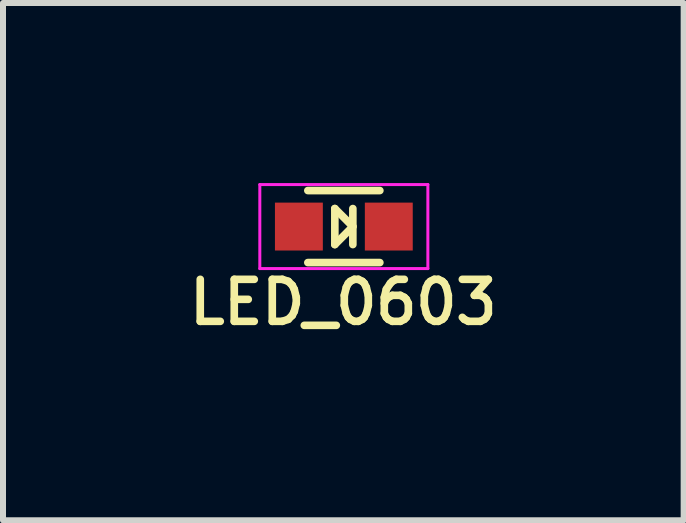
<source format=kicad_pcb>
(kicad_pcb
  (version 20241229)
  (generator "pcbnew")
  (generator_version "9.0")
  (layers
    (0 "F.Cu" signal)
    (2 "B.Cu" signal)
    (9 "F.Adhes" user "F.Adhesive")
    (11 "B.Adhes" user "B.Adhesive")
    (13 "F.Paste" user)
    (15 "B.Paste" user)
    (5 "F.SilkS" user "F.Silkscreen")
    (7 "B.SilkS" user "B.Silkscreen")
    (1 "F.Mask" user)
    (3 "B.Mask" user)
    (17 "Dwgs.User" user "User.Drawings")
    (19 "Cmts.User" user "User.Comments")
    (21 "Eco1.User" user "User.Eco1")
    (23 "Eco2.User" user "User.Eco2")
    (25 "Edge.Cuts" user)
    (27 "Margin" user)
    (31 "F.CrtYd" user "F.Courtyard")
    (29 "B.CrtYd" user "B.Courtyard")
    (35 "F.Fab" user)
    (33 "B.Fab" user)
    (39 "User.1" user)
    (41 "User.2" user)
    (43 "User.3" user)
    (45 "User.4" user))
  (footprint "LED_0603"
    (layer "F.Cu")
    (at 2.679 0.725)
    (property "Reference" "LED_0603" (at -0.009 1.262 0) (layer "F.SilkS") (effects (font (size 0.7 0.7) (thickness 0.127))))
    (attr smd)
    (fp_line (start -0.6 -0.6) (end 0.6 -0.6) (stroke (width 0.127) (type solid)) (layer "F.SilkS"))
    (fp_line (start -0.6 0.6) (end 0.6 0.6) (stroke (width 0.127) (type solid)) (layer "F.SilkS"))
    (fp_line (start -0.15 0.3) (end -0.15 -0.3) (stroke (width 0.127) (type solid)) (layer "F.SilkS"))
    (fp_line (start 0.15 0) (end -0.15 -0.3) (stroke (width 0.127) (type solid)) (layer "F.SilkS"))
    (fp_line (start 0.15 0) (end -0.15 0.3) (stroke (width 0.127) (type solid)) (layer "F.SilkS"))
    (fp_line (start 0.15 0.3) (end 0.15 -0.3) (stroke (width 0.127) (type solid)) (layer "F.SilkS"))
    (fp_line (start -1.4 -0.7) (end 1.4 -0.7) (stroke (width 0.05) (type solid)) (layer "F.CrtYd"))
    (fp_line (start -1.4 0.7) (end -1.4 -0.7) (stroke (width 0.05) (type solid)) (layer "F.CrtYd"))
    (fp_line (start 1.4 -0.7) (end 1.4 0.7) (stroke (width 0.05) (type solid)) (layer "F.CrtYd"))
    (fp_line (start 1.4 0.7) (end -1.4 0.7) (stroke (width 0.05) (type solid)) (layer "F.CrtYd"))
    (pad "1" smd rect (at -0.749 0) (size 0.798 0.798) (layers "F.Cu" "F.Mask" "F.Paste"))
    (pad "2" smd rect (at 0.749 0) (size 0.798 0.798) (layers "F.Cu" "F.Mask" "F.Paste")))
  (gr_rect
    (start -3 -3)
    (end 8.341 5.619)
    (stroke (width 0.1) (type default))
    (fill no)
    (layer "Edge.Cuts")))
</source>
